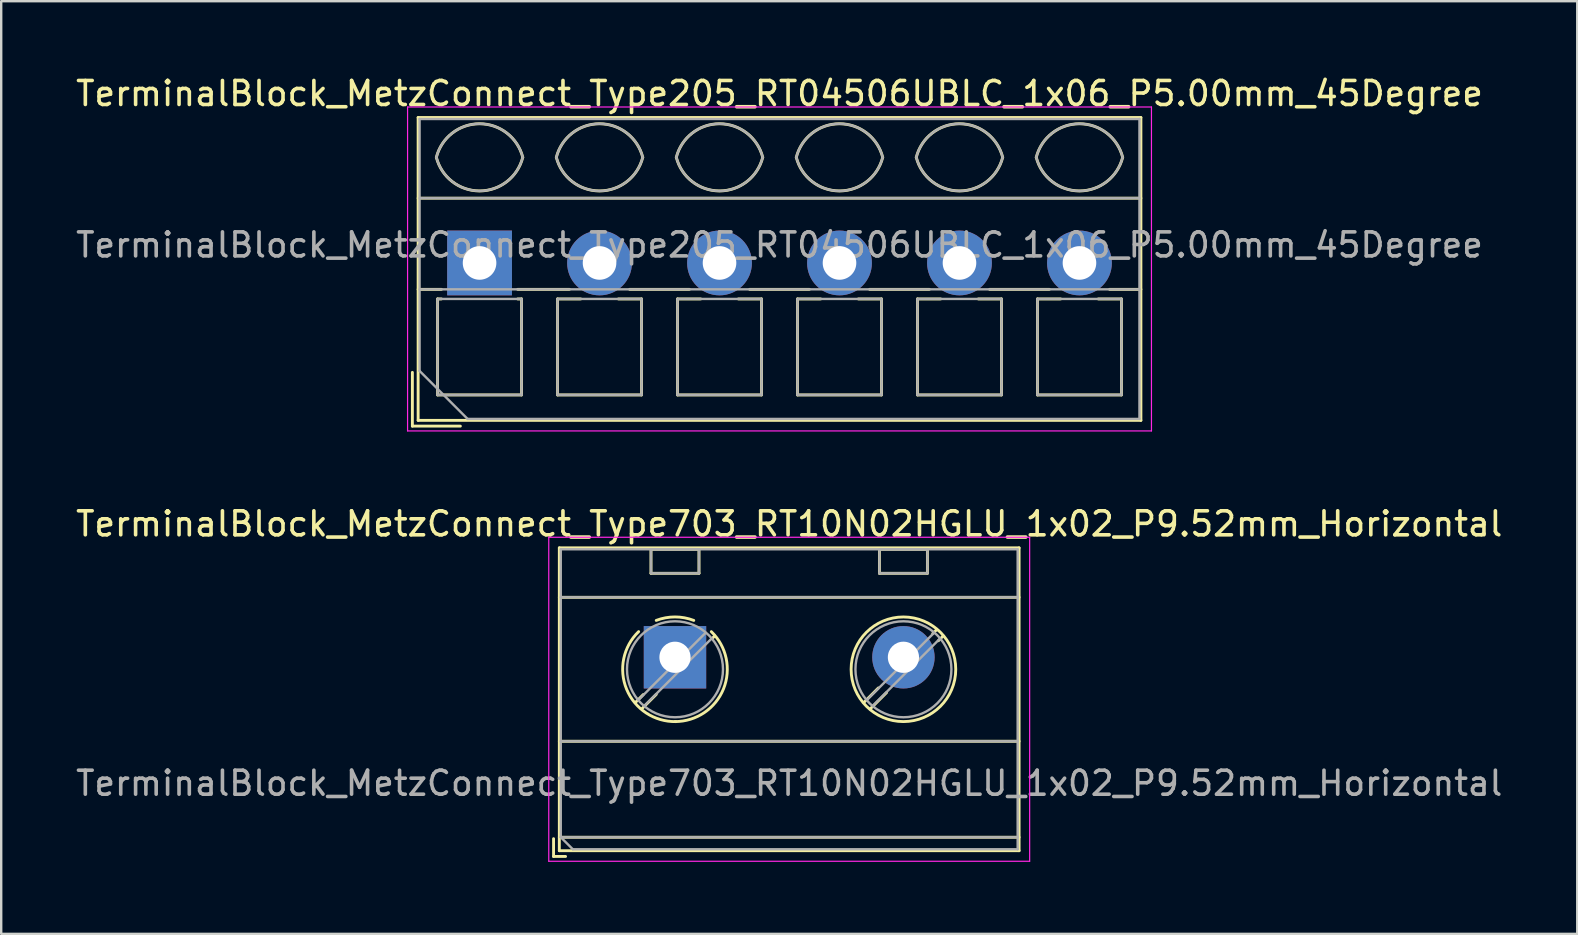
<source format=kicad_pcb>
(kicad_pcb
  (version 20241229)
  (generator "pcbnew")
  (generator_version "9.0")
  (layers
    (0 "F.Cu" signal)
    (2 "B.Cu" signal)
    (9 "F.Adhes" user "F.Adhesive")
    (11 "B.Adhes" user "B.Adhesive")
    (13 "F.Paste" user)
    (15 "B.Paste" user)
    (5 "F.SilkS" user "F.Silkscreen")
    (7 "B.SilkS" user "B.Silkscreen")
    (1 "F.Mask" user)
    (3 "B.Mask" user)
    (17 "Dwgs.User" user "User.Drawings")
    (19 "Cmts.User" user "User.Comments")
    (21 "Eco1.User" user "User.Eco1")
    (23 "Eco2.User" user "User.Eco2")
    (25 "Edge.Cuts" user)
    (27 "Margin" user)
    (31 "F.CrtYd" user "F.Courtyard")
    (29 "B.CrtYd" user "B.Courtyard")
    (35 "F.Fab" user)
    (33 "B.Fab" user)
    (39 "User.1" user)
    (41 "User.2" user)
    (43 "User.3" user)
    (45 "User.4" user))
  (footprint "TerminalBlock_MetzConnect_Type703_RT10N02HGLU_1x02_P9.52mm_Horizontal"
    (layer "F.Cu")
    (at 25.079 24.341)
    (property "Reference" "TerminalBlock_MetzConnect_Type703_RT10N02HGLU_1x02_P9.52mm_Horizontal" (at 4.76 -5.56 0) (layer "F.SilkS") (effects (font (size 1 1) (thickness 0.15))))
    (attr through_hole)
    (fp_line (start -5.06 7.56) (end -5.06 8.3) (stroke (width 0.12) (type solid)) (layer "F.SilkS"))
    (fp_line (start -5.06 8.3) (end -4.56 8.3) (stroke (width 0.12) (type solid)) (layer "F.SilkS"))
    (fp_line (start -4.82 -4.56) (end -4.82 8.06) (stroke (width 0.12) (type solid)) (layer "F.SilkS"))
    (fp_line (start -4.82 -4.56) (end 14.34 -4.56) (stroke (width 0.12) (type solid)) (layer "F.SilkS"))
    (fp_line (start -4.82 -2.5) (end 14.34 -2.5) (stroke (width 0.12) (type solid)) (layer "F.SilkS"))
    (fp_line (start -4.82 3.5) (end 14.34 3.5) (stroke (width 0.12) (type solid)) (layer "F.SilkS"))
    (fp_line (start -4.82 7.5) (end 14.34 7.5) (stroke (width 0.12) (type solid)) (layer "F.SilkS"))
    (fp_line (start -4.82 8.06) (end 14.34 8.06) (stroke (width 0.12) (type solid)) (layer "F.SilkS"))
    (fp_line (start -1.32 1.553) (end -1.654 1.888) (stroke (width 0.12) (type solid)) (layer "F.SilkS"))
    (fp_line (start -1 -4.5) (end -1 -3.5) (stroke (width 0.12) (type solid)) (layer "F.SilkS"))
    (fp_line (start -1 -4.5) (end 1 -4.5) (stroke (width 0.12) (type solid)) (layer "F.SilkS"))
    (fp_line (start -1 -3.5) (end 1 -3.5) (stroke (width 0.12) (type solid)) (layer "F.SilkS"))
    (fp_line (start -0.78 1.546) (end -1.388 2.154) (stroke (width 0.12) (type solid)) (layer "F.SilkS"))
    (fp_line (start 1 -4.5) (end 1 -3.5) (stroke (width 0.12) (type solid)) (layer "F.SilkS"))
    (fp_line (start 1.654 -0.888) (end 1.547 -0.781) (stroke (width 0.12) (type solid)) (layer "F.SilkS"))
    (fp_line (start 8.475 1.279) (end 7.867 1.888) (stroke (width 0.12) (type solid)) (layer "F.SilkS"))
    (fp_line (start 8.52 -4.5) (end 8.52 -3.5) (stroke (width 0.12) (type solid)) (layer "F.SilkS"))
    (fp_line (start 8.52 -4.5) (end 10.52 -4.5) (stroke (width 0.12) (type solid)) (layer "F.SilkS"))
    (fp_line (start 8.52 -3.5) (end 10.52 -3.5) (stroke (width 0.12) (type solid)) (layer "F.SilkS"))
    (fp_line (start 8.817 1.47) (end 8.133 2.154) (stroke (width 0.12) (type solid)) (layer "F.SilkS"))
    (fp_line (start 10.52 -4.5) (end 10.52 -3.5) (stroke (width 0.12) (type solid)) (layer "F.SilkS"))
    (fp_line (start 10.908 -1.154) (end 10.741 -0.986) (stroke (width 0.12) (type solid)) (layer "F.SilkS"))
    (fp_line (start 11.174 -0.888) (end 10.976 -0.69) (stroke (width 0.12) (type solid)) (layer "F.SilkS"))
    (fp_line (start 14.34 -4.56) (end 14.34 8.06) (stroke (width 0.12) (type solid)) (layer "F.SilkS"))
    (fp_arc (start -0.781211 -1.536303) (mid 0.000423 -1.681014) (end 0.782 -1.536) (stroke (width 0.12) (type solid)) (layer "F.SilkS"))
    (fp_arc (start 0.037945 2.680721) (mid -2.015074 1.334542) (end -1.515 -1.069) (stroke (width 0.12) (type solid)) (layer "F.SilkS"))
    (fp_arc (start 1.514355 -1.068161) (mid 2.021261 1.316642) (end 0 2.68) (stroke (width 0.12) (type solid)) (layer "F.SilkS"))
    (fp_circle (center 9.52 0.5) (end 11.7 0.5) (stroke (width 0.12) (type solid)) (fill no) (layer "F.SilkS"))
    (fp_line (start -5.26 -5) (end -5.26 8.5) (stroke (width 0.05) (type solid)) (layer "F.CrtYd"))
    (fp_line (start -5.26 8.5) (end 14.78 8.5) (stroke (width 0.05) (type solid)) (layer "F.CrtYd"))
    (fp_line (start 14.78 -5) (end -5.26 -5) (stroke (width 0.05) (type solid)) (layer "F.CrtYd"))
    (fp_line (start 14.78 8.5) (end 14.78 -5) (stroke (width 0.05) (type solid)) (layer "F.CrtYd"))
    (fp_line (start -4.76 -4.5) (end 14.28 -4.5) (stroke (width 0.1) (type solid)) (layer "F.Fab"))
    (fp_line (start -4.76 -2.5) (end 14.28 -2.5) (stroke (width 0.1) (type solid)) (layer "F.Fab"))
    (fp_line (start -4.76 3.5) (end 14.28 3.5) (stroke (width 0.1) (type solid)) (layer "F.Fab"))
    (fp_line (start -4.76 7.5) (end -4.76 -4.5) (stroke (width 0.1) (type solid)) (layer "F.Fab"))
    (fp_line (start -4.76 7.5) (end 14.28 7.5) (stroke (width 0.1) (type solid)) (layer "F.Fab"))
    (fp_line (start -4.26 8) (end -4.76 7.5) (stroke (width 0.1) (type solid)) (layer "F.Fab"))
    (fp_line (start -1 -4.5) (end -1 -3.5) (stroke (width 0.1) (type solid)) (layer "F.Fab"))
    (fp_line (start -1 -3.5) (end 1 -3.5) (stroke (width 0.1) (type solid)) (layer "F.Fab"))
    (fp_line (start 1 -4.5) (end -1 -4.5) (stroke (width 0.1) (type solid)) (layer "F.Fab"))
    (fp_line (start 1 -3.5) (end 1 -4.5) (stroke (width 0.1) (type solid)) (layer "F.Fab"))
    (fp_line (start 1.273 -1.017) (end -1.517 1.773) (stroke (width 0.1) (type solid)) (layer "F.Fab"))
    (fp_line (start 1.517 -0.773) (end -1.273 2.017) (stroke (width 0.1) (type solid)) (layer "F.Fab"))
    (fp_line (start 8.52 -4.5) (end 8.52 -3.5) (stroke (width 0.1) (type solid)) (layer "F.Fab"))
    (fp_line (start 8.52 -3.5) (end 10.52 -3.5) (stroke (width 0.1) (type solid)) (layer "F.Fab"))
    (fp_line (start 10.52 -4.5) (end 8.52 -4.5) (stroke (width 0.1) (type solid)) (layer "F.Fab"))
    (fp_line (start 10.52 -3.5) (end 10.52 -4.5) (stroke (width 0.1) (type solid)) (layer "F.Fab"))
    (fp_line (start 10.793 -1.017) (end 8.004 1.773) (stroke (width 0.1) (type solid)) (layer "F.Fab"))
    (fp_line (start 11.037 -0.773) (end 8.248 2.017) (stroke (width 0.1) (type solid)) (layer "F.Fab"))
    (fp_line (start 14.28 -4.5) (end 14.28 8) (stroke (width 0.1) (type solid)) (layer "F.Fab"))
    (fp_line (start 14.28 8) (end -4.26 8) (stroke (width 0.1) (type solid)) (layer "F.Fab"))
    (fp_circle (center 0 0.5) (end 2 0.5) (stroke (width 0.1) (type solid)) (fill no) (layer "F.Fab"))
    (fp_circle (center 9.52 0.5) (end 11.52 0.5) (stroke (width 0.1) (type solid)) (fill no) (layer "F.Fab"))
    (fp_text user "${REFERENCE}" (at 4.76 5.25 0) (layer "F.Fab") (effects (font (size 1 1) (thickness 0.15))))
    (pad "1" thru_hole rect (at 0 0) (size 2.6 2.6) (drill 1.3) (layers "*.Cu" "*.Mask"))
    (pad "2" thru_hole circle (at 9.52 0) (size 2.6 2.6) (drill 1.3) (layers "*.Cu" "*.Mask")))
  (footprint "TerminalBlock_MetzConnect_Type205_RT04506UBLC_1x06_P5.00mm_45Degree"
    (layer "F.Cu")
    (at 16.935 7.908)
    (property "Reference" "TerminalBlock_MetzConnect_Type205_RT04506UBLC_1x06_P5.00mm_45Degree" (at 12.5 -7.06 0) (layer "F.SilkS") (effects (font (size 1 1) (thickness 0.15))))
    (attr through_hole)
    (fp_line (start -2.8 4.56) (end -2.8 6.8) (stroke (width 0.12) (type solid)) (layer "F.SilkS"))
    (fp_line (start -2.8 6.8) (end -0.8 6.8) (stroke (width 0.12) (type solid)) (layer "F.SilkS"))
    (fp_line (start -2.56 -6.06) (end -2.56 6.56) (stroke (width 0.12) (type solid)) (layer "F.SilkS"))
    (fp_line (start -2.56 -6.06) (end 27.56 -6.06) (stroke (width 0.12) (type solid)) (layer "F.SilkS"))
    (fp_line (start -2.56 -2.7) (end 27.56 -2.7) (stroke (width 0.12) (type solid)) (layer "F.SilkS"))
    (fp_line (start -2.56 1.1) (end -1.59 1.1) (stroke (width 0.12) (type solid)) (layer "F.SilkS"))
    (fp_line (start -2.56 6.56) (end 27.56 6.56) (stroke (width 0.12) (type solid)) (layer "F.SilkS"))
    (fp_line (start -1.75 1.5) (end -1.75 5.5) (stroke (width 0.12) (type solid)) (layer "F.SilkS"))
    (fp_line (start -1.75 1.5) (end -1.59 1.5) (stroke (width 0.12) (type solid)) (layer "F.SilkS"))
    (fp_line (start -1.75 5.5) (end 1.75 5.5) (stroke (width 0.12) (type solid)) (layer "F.SilkS"))
    (fp_line (start 1.59 1.1) (end 3.744 1.1) (stroke (width 0.12) (type solid)) (layer "F.SilkS"))
    (fp_line (start 1.59 1.5) (end 1.75 1.5) (stroke (width 0.12) (type solid)) (layer "F.SilkS"))
    (fp_line (start 1.75 1.5) (end 1.75 5.5) (stroke (width 0.12) (type solid)) (layer "F.SilkS"))
    (fp_line (start 3.25 1.5) (end 3.25 5.5) (stroke (width 0.12) (type solid)) (layer "F.SilkS"))
    (fp_line (start 3.25 1.5) (end 4.216 1.5) (stroke (width 0.12) (type solid)) (layer "F.SilkS"))
    (fp_line (start 3.25 5.5) (end 6.75 5.5) (stroke (width 0.12) (type solid)) (layer "F.SilkS"))
    (fp_line (start 5.785 1.5) (end 6.75 1.5) (stroke (width 0.12) (type solid)) (layer "F.SilkS"))
    (fp_line (start 6.257 1.1) (end 8.744 1.1) (stroke (width 0.12) (type solid)) (layer "F.SilkS"))
    (fp_line (start 6.75 1.5) (end 6.75 5.5) (stroke (width 0.12) (type solid)) (layer "F.SilkS"))
    (fp_line (start 8.25 1.5) (end 8.25 5.5) (stroke (width 0.12) (type solid)) (layer "F.SilkS"))
    (fp_line (start 8.25 1.5) (end 9.216 1.5) (stroke (width 0.12) (type solid)) (layer "F.SilkS"))
    (fp_line (start 8.25 5.5) (end 11.75 5.5) (stroke (width 0.12) (type solid)) (layer "F.SilkS"))
    (fp_line (start 10.785 1.5) (end 11.75 1.5) (stroke (width 0.12) (type solid)) (layer "F.SilkS"))
    (fp_line (start 11.257 1.1) (end 13.744 1.1) (stroke (width 0.12) (type solid)) (layer "F.SilkS"))
    (fp_line (start 11.75 1.5) (end 11.75 5.5) (stroke (width 0.12) (type solid)) (layer "F.SilkS"))
    (fp_line (start 13.25 1.5) (end 13.25 5.5) (stroke (width 0.12) (type solid)) (layer "F.SilkS"))
    (fp_line (start 13.25 1.5) (end 14.216 1.5) (stroke (width 0.12) (type solid)) (layer "F.SilkS"))
    (fp_line (start 13.25 5.5) (end 16.75 5.5) (stroke (width 0.12) (type solid)) (layer "F.SilkS"))
    (fp_line (start 15.785 1.5) (end 16.75 1.5) (stroke (width 0.12) (type solid)) (layer "F.SilkS"))
    (fp_line (start 16.257 1.1) (end 18.744 1.1) (stroke (width 0.12) (type solid)) (layer "F.SilkS"))
    (fp_line (start 16.75 1.5) (end 16.75 5.5) (stroke (width 0.12) (type solid)) (layer "F.SilkS"))
    (fp_line (start 18.25 1.5) (end 18.25 5.5) (stroke (width 0.12) (type solid)) (layer "F.SilkS"))
    (fp_line (start 18.25 1.5) (end 19.216 1.5) (stroke (width 0.12) (type solid)) (layer "F.SilkS"))
    (fp_line (start 18.25 5.5) (end 21.75 5.5) (stroke (width 0.12) (type solid)) (layer "F.SilkS"))
    (fp_line (start 20.785 1.5) (end 21.75 1.5) (stroke (width 0.12) (type solid)) (layer "F.SilkS"))
    (fp_line (start 21.257 1.1) (end 23.744 1.1) (stroke (width 0.12) (type solid)) (layer "F.SilkS"))
    (fp_line (start 21.75 1.5) (end 21.75 5.5) (stroke (width 0.12) (type solid)) (layer "F.SilkS"))
    (fp_line (start 23.25 1.5) (end 23.25 5.5) (stroke (width 0.12) (type solid)) (layer "F.SilkS"))
    (fp_line (start 23.25 1.5) (end 24.216 1.5) (stroke (width 0.12) (type solid)) (layer "F.SilkS"))
    (fp_line (start 23.25 5.5) (end 26.75 5.5) (stroke (width 0.12) (type solid)) (layer "F.SilkS"))
    (fp_line (start 25.785 1.5) (end 26.75 1.5) (stroke (width 0.12) (type solid)) (layer "F.SilkS"))
    (fp_line (start 26.257 1.1) (end 27.56 1.1) (stroke (width 0.12) (type solid)) (layer "F.SilkS"))
    (fp_line (start 26.75 1.5) (end 26.75 5.5) (stroke (width 0.12) (type solid)) (layer "F.SilkS"))
    (fp_line (start 27.56 -6.06) (end 27.56 6.56) (stroke (width 0.12) (type solid)) (layer "F.SilkS"))
    (fp_arc (start -1.800846 -4.400605) (mid 0.000312 -5.801077) (end 1.801 -4.4) (stroke (width 0.12) (type solid)) (layer "F.SilkS"))
    (fp_arc (start 1.8 -4.4) (mid -0.000903 -3.000646) (end -1.800445 -4.401751) (stroke (width 0.12) (type solid)) (layer "F.SilkS"))
    (fp_arc (start 3.199154 -4.400605) (mid 5.000312 -5.801077) (end 6.801 -4.4) (stroke (width 0.12) (type solid)) (layer "F.SilkS"))
    (fp_arc (start 6.8 -4.4) (mid 4.999097 -3.000646) (end 3.199555 -4.401751) (stroke (width 0.12) (type solid)) (layer "F.SilkS"))
    (fp_arc (start 8.199154 -4.400605) (mid 10.000312 -5.801077) (end 11.801 -4.4) (stroke (width 0.12) (type solid)) (layer "F.SilkS"))
    (fp_arc (start 11.8 -4.4) (mid 9.999097 -3.000646) (end 8.199555 -4.401751) (stroke (width 0.12) (type solid)) (layer "F.SilkS"))
    (fp_arc (start 13.199154 -4.400605) (mid 15.000312 -5.801077) (end 16.801 -4.4) (stroke (width 0.12) (type solid)) (layer "F.SilkS"))
    (fp_arc (start 16.8 -4.4) (mid 14.999097 -3.000646) (end 13.199555 -4.401751) (stroke (width 0.12) (type solid)) (layer "F.SilkS"))
    (fp_arc (start 18.199154 -4.400605) (mid 20.000312 -5.801077) (end 21.801 -4.4) (stroke (width 0.12) (type solid)) (layer "F.SilkS"))
    (fp_arc (start 21.8 -4.4) (mid 19.999097 -3.000646) (end 18.199555 -4.401751) (stroke (width 0.12) (type solid)) (layer "F.SilkS"))
    (fp_arc (start 23.199154 -4.400605) (mid 25.000312 -5.801077) (end 26.801 -4.4) (stroke (width 0.12) (type solid)) (layer "F.SilkS"))
    (fp_arc (start 26.8 -4.4) (mid 24.999097 -3.000646) (end 23.199555 -4.401751) (stroke (width 0.12) (type solid)) (layer "F.SilkS"))
    (fp_line (start -3 -6.5) (end -3 7) (stroke (width 0.05) (type solid)) (layer "F.CrtYd"))
    (fp_line (start -3 7) (end 28 7) (stroke (width 0.05) (type solid)) (layer "F.CrtYd"))
    (fp_line (start 28 -6.5) (end -3 -6.5) (stroke (width 0.05) (type solid)) (layer "F.CrtYd"))
    (fp_line (start 28 7) (end 28 -6.5) (stroke (width 0.05) (type solid)) (layer "F.CrtYd"))
    (fp_line (start -2.5 -6) (end 27.5 -6) (stroke (width 0.1) (type solid)) (layer "F.Fab"))
    (fp_line (start -2.5 -2.7) (end 27.5 -2.7) (stroke (width 0.1) (type solid)) (layer "F.Fab"))
    (fp_line (start -2.5 1.1) (end 27.5 1.1) (stroke (width 0.1) (type solid)) (layer "F.Fab"))
    (fp_line (start -2.5 4.5) (end -2.5 -6) (stroke (width 0.1) (type solid)) (layer "F.Fab"))
    (fp_line (start -1.75 1.5) (end -1.75 5.5) (stroke (width 0.1) (type solid)) (layer "F.Fab"))
    (fp_line (start -1.75 5.5) (end 1.75 5.5) (stroke (width 0.1) (type solid)) (layer "F.Fab"))
    (fp_line (start -0.5 6.5) (end -2.5 4.5) (stroke (width 0.1) (type solid)) (layer "F.Fab"))
    (fp_line (start 1.75 1.5) (end -1.75 1.5) (stroke (width 0.1) (type solid)) (layer "F.Fab"))
    (fp_line (start 1.75 5.5) (end 1.75 1.5) (stroke (width 0.1) (type solid)) (layer "F.Fab"))
    (fp_line (start 3.25 1.5) (end 3.25 5.5) (stroke (width 0.1) (type solid)) (layer "F.Fab"))
    (fp_line (start 3.25 5.5) (end 6.75 5.5) (stroke (width 0.1) (type solid)) (layer "F.Fab"))
    (fp_line (start 6.75 1.5) (end 3.25 1.5) (stroke (width 0.1) (type solid)) (layer "F.Fab"))
    (fp_line (start 6.75 5.5) (end 6.75 1.5) (stroke (width 0.1) (type solid)) (layer "F.Fab"))
    (fp_line (start 8.25 1.5) (end 8.25 5.5) (stroke (width 0.1) (type solid)) (layer "F.Fab"))
    (fp_line (start 8.25 5.5) (end 11.75 5.5) (stroke (width 0.1) (type solid)) (layer "F.Fab"))
    (fp_line (start 11.75 1.5) (end 8.25 1.5) (stroke (width 0.1) (type solid)) (layer "F.Fab"))
    (fp_line (start 11.75 5.5) (end 11.75 1.5) (stroke (width 0.1) (type solid)) (layer "F.Fab"))
    (fp_line (start 13.25 1.5) (end 13.25 5.5) (stroke (width 0.1) (type solid)) (layer "F.Fab"))
    (fp_line (start 13.25 5.5) (end 16.75 5.5) (stroke (width 0.1) (type solid)) (layer "F.Fab"))
    (fp_line (start 16.75 1.5) (end 13.25 1.5) (stroke (width 0.1) (type solid)) (layer "F.Fab"))
    (fp_line (start 16.75 5.5) (end 16.75 1.5) (stroke (width 0.1) (type solid)) (layer "F.Fab"))
    (fp_line (start 18.25 1.5) (end 18.25 5.5) (stroke (width 0.1) (type solid)) (layer "F.Fab"))
    (fp_line (start 18.25 5.5) (end 21.75 5.5) (stroke (width 0.1) (type solid)) (layer "F.Fab"))
    (fp_line (start 21.75 1.5) (end 18.25 1.5) (stroke (width 0.1) (type solid)) (layer "F.Fab"))
    (fp_line (start 21.75 5.5) (end 21.75 1.5) (stroke (width 0.1) (type solid)) (layer "F.Fab"))
    (fp_line (start 23.25 1.5) (end 23.25 5.5) (stroke (width 0.1) (type solid)) (layer "F.Fab"))
    (fp_line (start 23.25 5.5) (end 26.75 5.5) (stroke (width 0.1) (type solid)) (layer "F.Fab"))
    (fp_line (start 26.75 1.5) (end 23.25 1.5) (stroke (width 0.1) (type solid)) (layer "F.Fab"))
    (fp_line (start 26.75 5.5) (end 26.75 1.5) (stroke (width 0.1) (type solid)) (layer "F.Fab"))
    (fp_line (start 27.5 -6) (end 27.5 6.5) (stroke (width 0.1) (type solid)) (layer "F.Fab"))
    (fp_line (start 27.5 6.5) (end -0.5 6.5) (stroke (width 0.1) (type solid)) (layer "F.Fab"))
    (fp_arc (start -1.800846 -4.400605) (mid 0.000312 -5.801077) (end 1.801 -4.4) (stroke (width 0.1) (type solid)) (layer "F.Fab"))
    (fp_arc (start 1.8 -4.4) (mid -0.000903 -3.000646) (end -1.800445 -4.401751) (stroke (width 0.1) (type solid)) (layer "F.Fab"))
    (fp_arc (start 3.199154 -4.400605) (mid 5.000312 -5.801077) (end 6.801 -4.4) (stroke (width 0.1) (type solid)) (layer "F.Fab"))
    (fp_arc (start 6.8 -4.4) (mid 4.999097 -3.000646) (end 3.199555 -4.401751) (stroke (width 0.1) (type solid)) (layer "F.Fab"))
    (fp_arc (start 8.199154 -4.400605) (mid 10.000312 -5.801077) (end 11.801 -4.4) (stroke (width 0.1) (type solid)) (layer "F.Fab"))
    (fp_arc (start 11.8 -4.4) (mid 9.999097 -3.000646) (end 8.199555 -4.401751) (stroke (width 0.1) (type solid)) (layer "F.Fab"))
    (fp_arc (start 13.199154 -4.400605) (mid 15.000312 -5.801077) (end 16.801 -4.4) (stroke (width 0.1) (type solid)) (layer "F.Fab"))
    (fp_arc (start 16.8 -4.4) (mid 14.999097 -3.000646) (end 13.199555 -4.401751) (stroke (width 0.1) (type solid)) (layer "F.Fab"))
    (fp_arc (start 18.199154 -4.400605) (mid 20.000312 -5.801077) (end 21.801 -4.4) (stroke (width 0.1) (type solid)) (layer "F.Fab"))
    (fp_arc (start 21.8 -4.4) (mid 19.999097 -3.000646) (end 18.199555 -4.401751) (stroke (width 0.1) (type solid)) (layer "F.Fab"))
    (fp_arc (start 23.199154 -4.400605) (mid 25.000312 -5.801077) (end 26.801 -4.4) (stroke (width 0.1) (type solid)) (layer "F.Fab"))
    (fp_arc (start 26.8 -4.4) (mid 24.999097 -3.000646) (end 23.199555 -4.401751) (stroke (width 0.1) (type solid)) (layer "F.Fab"))
    (fp_text user "${REFERENCE}" (at 12.5 -0.75 0) (layer "F.Fab") (effects (font (size 1 1) (thickness 0.15))))
    (pad "1" thru_hole rect (at 0 0) (size 2.7 2.7) (drill 1.4) (layers "*.Cu" "*.Mask"))
    (pad "2" thru_hole circle (at 5 0) (size 2.7 2.7) (drill 1.4) (layers "*.Cu" "*.Mask"))
    (pad "3" thru_hole circle (at 10 0) (size 2.7 2.7) (drill 1.4) (layers "*.Cu" "*.Mask"))
    (pad "4" thru_hole circle (at 15 0) (size 2.7 2.7) (drill 1.4) (layers "*.Cu" "*.Mask"))
    (pad "5" thru_hole circle (at 20 0) (size 2.7 2.7) (drill 1.4) (layers "*.Cu" "*.Mask"))
    (pad "6" thru_hole circle (at 25 0) (size 2.7 2.7) (drill 1.4) (layers "*.Cu" "*.Mask")))
  (gr_rect
    (start -3 -3)
    (end 62.679 35.867)
    (stroke (width 0.1) (type default))
    (fill no)
    (layer "Edge.Cuts")))
</source>
